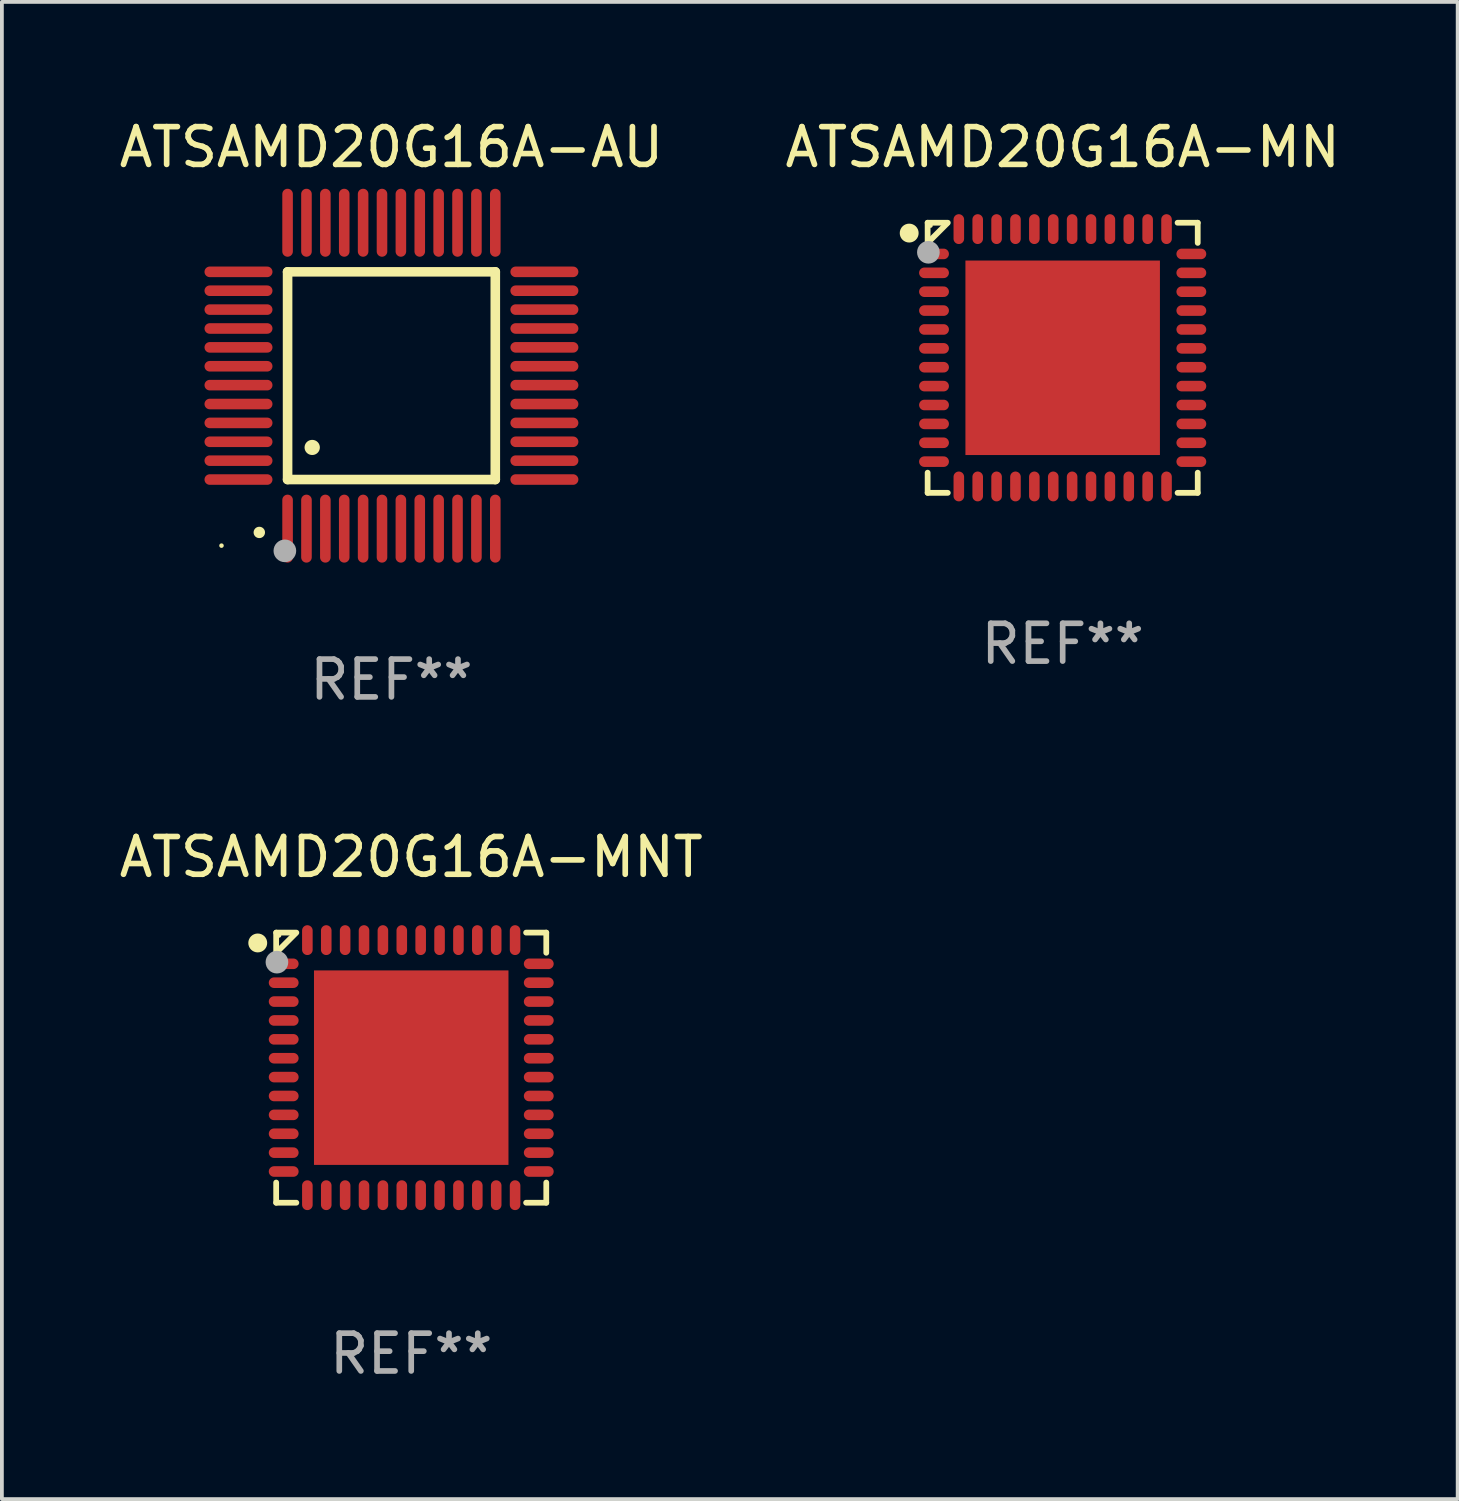
<source format=kicad_pcb>
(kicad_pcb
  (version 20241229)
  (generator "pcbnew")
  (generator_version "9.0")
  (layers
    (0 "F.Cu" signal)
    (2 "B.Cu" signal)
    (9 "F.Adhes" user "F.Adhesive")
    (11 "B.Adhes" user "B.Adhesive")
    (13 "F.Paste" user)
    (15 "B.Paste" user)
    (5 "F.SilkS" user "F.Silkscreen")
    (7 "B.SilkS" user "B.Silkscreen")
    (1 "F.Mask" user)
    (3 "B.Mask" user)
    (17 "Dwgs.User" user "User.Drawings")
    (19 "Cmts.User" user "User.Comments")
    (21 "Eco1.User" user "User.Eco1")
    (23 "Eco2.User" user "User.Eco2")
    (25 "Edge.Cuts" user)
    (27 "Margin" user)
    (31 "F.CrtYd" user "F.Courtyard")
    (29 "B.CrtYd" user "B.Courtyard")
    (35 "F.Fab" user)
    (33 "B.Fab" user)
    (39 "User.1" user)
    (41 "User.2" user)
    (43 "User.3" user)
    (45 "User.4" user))
  (footprint "ATSAMD20G16A-MNT"
    (layer "F.Cu")
    (at 7.839 25.221)
    (property "Reference" "ATSAMD20G16A-MNT" (at 0 -5.576 0) (layer "F.SilkS") (effects (font (size 1 1) (thickness 0.15))))
    (attr through_hole)
    (fp_line (start -3.576 -3.576) (end -3.042 -3.576) (stroke (width 0.152) (type solid)) (layer "F.SilkS"))
    (fp_line (start -3.576 -3.042) (end -3.576 -3.576) (stroke (width 0.152) (type solid)) (layer "F.SilkS"))
    (fp_line (start -3.576 3.042) (end -3.576 3.576) (stroke (width 0.152) (type solid)) (layer "F.SilkS"))
    (fp_line (start -3.576 3.576) (end -3.042 3.576) (stroke (width 0.152) (type solid)) (layer "F.SilkS"))
    (fp_line (start -3.069 -3.549) (end -3.549 -3.069) (stroke (width 0.152) (type solid)) (layer "F.SilkS"))
    (fp_line (start 3.576 -3.576) (end 3.042 -3.576) (stroke (width 0.152) (type solid)) (layer "F.SilkS"))
    (fp_line (start 3.576 -3.042) (end 3.576 -3.576) (stroke (width 0.152) (type solid)) (layer "F.SilkS"))
    (fp_line (start 3.576 3.042) (end 3.576 3.576) (stroke (width 0.152) (type solid)) (layer "F.SilkS"))
    (fp_line (start 3.576 3.576) (end 3.042 3.576) (stroke (width 0.152) (type solid)) (layer "F.SilkS"))
    (fp_circle (center -4.064 -3.302) (end -3.939 -3.302) (stroke (width 0.25) (type solid)) (fill no) (layer "F.SilkS"))
    (fp_circle (center -3.5 -3.5) (end -3.47 -3.5) (stroke (width 0.06) (type solid)) (fill no) (layer "F.SilkS"))
    (fp_circle (center -3.556 -2.794) (end -3.406 -2.794) (stroke (width 0.3) (type solid)) (fill no) (layer "F.Fab"))
    (fp_text user "REF**" (at 0 7.576 0) (layer "F.Fab") (effects (font (size 1 1) (thickness 0.15))))
    (pad "1" smd oval (at -3.377 -2.75) (size 0.79 0.28) (layers "F.Cu" "F.Mask" "F.Paste"))
    (pad "2" smd oval (at -3.377 -2.25) (size 0.79 0.28) (layers "F.Cu" "F.Mask" "F.Paste"))
    (pad "3" smd oval (at -3.377 -1.75) (size 0.79 0.28) (layers "F.Cu" "F.Mask" "F.Paste"))
    (pad "4" smd oval (at -3.377 -1.25) (size 0.79 0.28) (layers "F.Cu" "F.Mask" "F.Paste"))
    (pad "5" smd oval (at -3.377 -0.75) (size 0.79 0.28) (layers "F.Cu" "F.Mask" "F.Paste"))
    (pad "6" smd oval (at -3.377 -0.25) (size 0.79 0.28) (layers "F.Cu" "F.Mask" "F.Paste"))
    (pad "7" smd oval (at -3.377 0.25) (size 0.79 0.28) (layers "F.Cu" "F.Mask" "F.Paste"))
    (pad "8" smd oval (at -3.377 0.75) (size 0.79 0.28) (layers "F.Cu" "F.Mask" "F.Paste"))
    (pad "9" smd oval (at -3.377 1.25) (size 0.79 0.28) (layers "F.Cu" "F.Mask" "F.Paste"))
    (pad "10" smd oval (at -3.377 1.75) (size 0.79 0.28) (layers "F.Cu" "F.Mask" "F.Paste"))
    (pad "11" smd oval (at -3.377 2.25) (size 0.79 0.28) (layers "F.Cu" "F.Mask" "F.Paste"))
    (pad "12" smd oval (at -3.377 2.75) (size 0.79 0.28) (layers "F.Cu" "F.Mask" "F.Paste"))
    (pad "13" smd oval (at -2.75 3.377) (size 0.28 0.79) (layers "F.Cu" "F.Mask" "F.Paste"))
    (pad "14" smd oval (at -2.25 3.377) (size 0.28 0.79) (layers "F.Cu" "F.Mask" "F.Paste"))
    (pad "15" smd oval (at -1.75 3.377) (size 0.28 0.79) (layers "F.Cu" "F.Mask" "F.Paste"))
    (pad "16" smd oval (at -1.25 3.377) (size 0.28 0.79) (layers "F.Cu" "F.Mask" "F.Paste"))
    (pad "17" smd oval (at -0.75 3.377) (size 0.28 0.79) (layers "F.Cu" "F.Mask" "F.Paste"))
    (pad "18" smd oval (at -0.25 3.377) (size 0.28 0.79) (layers "F.Cu" "F.Mask" "F.Paste"))
    (pad "19" smd oval (at 0.25 3.377) (size 0.28 0.79) (layers "F.Cu" "F.Mask" "F.Paste"))
    (pad "20" smd oval (at 0.75 3.377) (size 0.28 0.79) (layers "F.Cu" "F.Mask" "F.Paste"))
    (pad "21" smd oval (at 1.25 3.377) (size 0.28 0.79) (layers "F.Cu" "F.Mask" "F.Paste"))
    (pad "22" smd oval (at 1.75 3.377) (size 0.28 0.79) (layers "F.Cu" "F.Mask" "F.Paste"))
    (pad "23" smd oval (at 2.25 3.377) (size 0.28 0.79) (layers "F.Cu" "F.Mask" "F.Paste"))
    (pad "24" smd oval (at 2.75 3.377) (size 0.28 0.79) (layers "F.Cu" "F.Mask" "F.Paste"))
    (pad "25" smd oval (at 3.377 2.75) (size 0.79 0.28) (layers "F.Cu" "F.Mask" "F.Paste"))
    (pad "26" smd oval (at 3.377 2.25) (size 0.79 0.28) (layers "F.Cu" "F.Mask" "F.Paste"))
    (pad "27" smd oval (at 3.377 1.75) (size 0.79 0.28) (layers "F.Cu" "F.Mask" "F.Paste"))
    (pad "28" smd oval (at 3.377 1.25) (size 0.79 0.28) (layers "F.Cu" "F.Mask" "F.Paste"))
    (pad "29" smd oval (at 3.377 0.75) (size 0.79 0.28) (layers "F.Cu" "F.Mask" "F.Paste"))
    (pad "30" smd oval (at 3.377 0.25) (size 0.79 0.28) (layers "F.Cu" "F.Mask" "F.Paste"))
    (pad "31" smd oval (at 3.377 -0.25) (size 0.79 0.28) (layers "F.Cu" "F.Mask" "F.Paste"))
    (pad "32" smd oval (at 3.377 -0.75) (size 0.79 0.28) (layers "F.Cu" "F.Mask" "F.Paste"))
    (pad "33" smd oval (at 3.377 -1.25) (size 0.79 0.28) (layers "F.Cu" "F.Mask" "F.Paste"))
    (pad "34" smd oval (at 3.377 -1.75) (size 0.79 0.28) (layers "F.Cu" "F.Mask" "F.Paste"))
    (pad "35" smd oval (at 3.377 -2.25) (size 0.79 0.28) (layers "F.Cu" "F.Mask" "F.Paste"))
    (pad "36" smd oval (at 3.377 -2.75) (size 0.79 0.28) (layers "F.Cu" "F.Mask" "F.Paste"))
    (pad "37" smd oval (at 2.75 -3.377) (size 0.28 0.79) (layers "F.Cu" "F.Mask" "F.Paste"))
    (pad "38" smd oval (at 2.25 -3.377) (size 0.28 0.79) (layers "F.Cu" "F.Mask" "F.Paste"))
    (pad "39" smd oval (at 1.75 -3.377) (size 0.28 0.79) (layers "F.Cu" "F.Mask" "F.Paste"))
    (pad "40" smd oval (at 1.25 -3.377) (size 0.28 0.79) (layers "F.Cu" "F.Mask" "F.Paste"))
    (pad "41" smd oval (at 0.75 -3.377) (size 0.28 0.79) (layers "F.Cu" "F.Mask" "F.Paste"))
    (pad "42" smd oval (at 0.25 -3.377) (size 0.28 0.79) (layers "F.Cu" "F.Mask" "F.Paste"))
    (pad "43" smd oval (at -0.25 -3.377) (size 0.28 0.79) (layers "F.Cu" "F.Mask" "F.Paste"))
    (pad "44" smd oval (at -0.75 -3.377) (size 0.28 0.79) (layers "F.Cu" "F.Mask" "F.Paste"))
    (pad "45" smd oval (at -1.25 -3.377) (size 0.28 0.79) (layers "F.Cu" "F.Mask" "F.Paste"))
    (pad "46" smd oval (at -1.75 -3.377) (size 0.28 0.79) (layers "F.Cu" "F.Mask" "F.Paste"))
    (pad "47" smd oval (at -2.25 -3.377) (size 0.28 0.79) (layers "F.Cu" "F.Mask" "F.Paste"))
    (pad "48" smd oval (at -2.75 -3.377) (size 0.28 0.79) (layers "F.Cu" "F.Mask" "F.Paste"))
    (pad "49" smd rect (at 0 0) (size 5.15 5.15) (layers "F.Cu" "F.Mask" "F.Paste")))
  (footprint "ATSAMD20G16A-AU"
    (layer "F.Cu")
    (at 7.315 6.898)
    (property "Reference" "ATSAMD20G16A-AU" (at 0 -6.05 0) (layer "F.SilkS") (effects (font (size 1 1) (thickness 0.15))))
    (attr through_hole)
    (fp_line (start -2.75 -2.75) (end 2.75 -2.75) (stroke (width 0.254) (type solid)) (layer "F.SilkS"))
    (fp_line (start -2.75 2.75) (end -2.75 -2.75) (stroke (width 0.254) (type solid)) (layer "F.SilkS"))
    (fp_line (start 2.75 -2.75) (end 2.75 2.75) (stroke (width 0.254) (type solid)) (layer "F.SilkS"))
    (fp_line (start 2.75 2.75) (end -2.75 2.75) (stroke (width 0.254) (type solid)) (layer "F.SilkS"))
    (fp_arc (start -3.500127 4.150368) (mid -3.498857 4.150363) (end -3.497587 4.150368) (stroke (width 0.3) (type solid)) (layer "F.SilkS"))
    (fp_arc (start -2.100584 1.899924) (mid -2.098044 1.899908) (end -2.095504 1.899924) (stroke (width 0.4) (type solid)) (layer "F.SilkS"))
    (fp_circle (center -4.5 4.5) (end -4.47 4.5) (stroke (width 0.06) (type solid)) (fill no) (layer "F.SilkS"))
    (fp_circle (center -2.822 4.638) (end -2.672 4.638) (stroke (width 0.3) (type solid)) (fill no) (layer "F.Fab"))
    (fp_text user "REF**" (at 0 8.05 0) (layer "F.Fab") (effects (font (size 1 1) (thickness 0.15))))
    (pad "1" smd oval (at -2.75 4.05) (size 0.28 1.8) (layers "F.Cu" "F.Mask" "F.Paste"))
    (pad "2" smd oval (at -2.25 4.05) (size 0.28 1.8) (layers "F.Cu" "F.Mask" "F.Paste"))
    (pad "3" smd oval (at -1.75 4.05) (size 0.28 1.8) (layers "F.Cu" "F.Mask" "F.Paste"))
    (pad "4" smd oval (at -1.25 4.05) (size 0.28 1.8) (layers "F.Cu" "F.Mask" "F.Paste"))
    (pad "5" smd oval (at -0.75 4.05) (size 0.28 1.8) (layers "F.Cu" "F.Mask" "F.Paste"))
    (pad "6" smd oval (at -0.25 4.05) (size 0.28 1.8) (layers "F.Cu" "F.Mask" "F.Paste"))
    (pad "7" smd oval (at 0.25 4.05) (size 0.28 1.8) (layers "F.Cu" "F.Mask" "F.Paste"))
    (pad "8" smd oval (at 0.75 4.05) (size 0.28 1.8) (layers "F.Cu" "F.Mask" "F.Paste"))
    (pad "9" smd oval (at 1.25 4.05) (size 0.28 1.8) (layers "F.Cu" "F.Mask" "F.Paste"))
    (pad "10" smd oval (at 1.75 4.05) (size 0.28 1.8) (layers "F.Cu" "F.Mask" "F.Paste"))
    (pad "11" smd oval (at 2.25 4.05) (size 0.28 1.8) (layers "F.Cu" "F.Mask" "F.Paste"))
    (pad "12" smd oval (at 2.75 4.05) (size 0.28 1.8) (layers "F.Cu" "F.Mask" "F.Paste"))
    (pad "13" smd oval (at 4.05 2.75) (size 1.8 0.28) (layers "F.Cu" "F.Mask" "F.Paste"))
    (pad "14" smd oval (at 4.05 2.25) (size 1.8 0.28) (layers "F.Cu" "F.Mask" "F.Paste"))
    (pad "15" smd oval (at 4.05 1.75) (size 1.8 0.28) (layers "F.Cu" "F.Mask" "F.Paste"))
    (pad "16" smd oval (at 4.05 1.25) (size 1.8 0.28) (layers "F.Cu" "F.Mask" "F.Paste"))
    (pad "17" smd oval (at 4.05 0.75) (size 1.8 0.28) (layers "F.Cu" "F.Mask" "F.Paste"))
    (pad "18" smd oval (at 4.05 0.25) (size 1.8 0.28) (layers "F.Cu" "F.Mask" "F.Paste"))
    (pad "19" smd oval (at 4.05 -0.25) (size 1.8 0.28) (layers "F.Cu" "F.Mask" "F.Paste"))
    (pad "20" smd oval (at 4.05 -0.75) (size 1.8 0.28) (layers "F.Cu" "F.Mask" "F.Paste"))
    (pad "21" smd oval (at 4.05 -1.25) (size 1.8 0.28) (layers "F.Cu" "F.Mask" "F.Paste"))
    (pad "22" smd oval (at 4.05 -1.75) (size 1.8 0.28) (layers "F.Cu" "F.Mask" "F.Paste"))
    (pad "23" smd oval (at 4.05 -2.25) (size 1.8 0.28) (layers "F.Cu" "F.Mask" "F.Paste"))
    (pad "24" smd oval (at 4.05 -2.75) (size 1.8 0.28) (layers "F.Cu" "F.Mask" "F.Paste"))
    (pad "25" smd oval (at 2.75 -4.05) (size 0.28 1.8) (layers "F.Cu" "F.Mask" "F.Paste"))
    (pad "26" smd oval (at 2.25 -4.05) (size 0.28 1.8) (layers "F.Cu" "F.Mask" "F.Paste"))
    (pad "27" smd oval (at 1.75 -4.05) (size 0.28 1.8) (layers "F.Cu" "F.Mask" "F.Paste"))
    (pad "28" smd oval (at 1.25 -4.05) (size 0.28 1.8) (layers "F.Cu" "F.Mask" "F.Paste"))
    (pad "29" smd oval (at 0.75 -4.05) (size 0.28 1.8) (layers "F.Cu" "F.Mask" "F.Paste"))
    (pad "30" smd oval (at 0.25 -4.05) (size 0.28 1.8) (layers "F.Cu" "F.Mask" "F.Paste"))
    (pad "31" smd oval (at -0.25 -4.05) (size 0.28 1.8) (layers "F.Cu" "F.Mask" "F.Paste"))
    (pad "32" smd oval (at -0.75 -4.05) (size 0.28 1.8) (layers "F.Cu" "F.Mask" "F.Paste"))
    (pad "33" smd oval (at -1.25 -4.05) (size 0.28 1.8) (layers "F.Cu" "F.Mask" "F.Paste"))
    (pad "34" smd oval (at -1.75 -4.05) (size 0.28 1.8) (layers "F.Cu" "F.Mask" "F.Paste"))
    (pad "35" smd oval (at -2.25 -4.05) (size 0.28 1.8) (layers "F.Cu" "F.Mask" "F.Paste"))
    (pad "36" smd oval (at -2.75 -4.05) (size 0.28 1.8) (layers "F.Cu" "F.Mask" "F.Paste"))
    (pad "37" smd oval (at -4.05 -2.75) (size 1.8 0.28) (layers "F.Cu" "F.Mask" "F.Paste"))
    (pad "38" smd oval (at -4.05 -2.25) (size 1.8 0.28) (layers "F.Cu" "F.Mask" "F.Paste"))
    (pad "39" smd oval (at -4.05 -1.75) (size 1.8 0.28) (layers "F.Cu" "F.Mask" "F.Paste"))
    (pad "40" smd oval (at -4.05 -1.25) (size 1.8 0.28) (layers "F.Cu" "F.Mask" "F.Paste"))
    (pad "41" smd oval (at -4.05 -0.75) (size 1.8 0.28) (layers "F.Cu" "F.Mask" "F.Paste"))
    (pad "42" smd oval (at -4.05 -0.25) (size 1.8 0.28) (layers "F.Cu" "F.Mask" "F.Paste"))
    (pad "43" smd oval (at -4.05 0.25) (size 1.8 0.28) (layers "F.Cu" "F.Mask" "F.Paste"))
    (pad "44" smd oval (at -4.05 0.75) (size 1.8 0.28) (layers "F.Cu" "F.Mask" "F.Paste"))
    (pad "45" smd oval (at -4.05 1.25) (size 1.8 0.28) (layers "F.Cu" "F.Mask" "F.Paste"))
    (pad "46" smd oval (at -4.05 1.75) (size 1.8 0.28) (layers "F.Cu" "F.Mask" "F.Paste"))
    (pad "47" smd oval (at -4.05 2.25) (size 1.8 0.28) (layers "F.Cu" "F.Mask" "F.Paste"))
    (pad "48" smd oval (at -4.05 2.75) (size 1.8 0.28) (layers "F.Cu" "F.Mask" "F.Paste")))
  (footprint "ATSAMD20G16A-MN"
    (layer "F.Cu")
    (at 25.089 6.424)
    (property "Reference" "ATSAMD20G16A-MN" (at 0 -5.576 0) (layer "F.SilkS") (effects (font (size 1 1) (thickness 0.15))))
    (attr through_hole)
    (fp_line (start -3.576 -3.576) (end -3.042 -3.576) (stroke (width 0.152) (type solid)) (layer "F.SilkS"))
    (fp_line (start -3.576 -3.042) (end -3.576 -3.576) (stroke (width 0.152) (type solid)) (layer "F.SilkS"))
    (fp_line (start -3.576 3.042) (end -3.576 3.576) (stroke (width 0.152) (type solid)) (layer "F.SilkS"))
    (fp_line (start -3.576 3.576) (end -3.042 3.576) (stroke (width 0.152) (type solid)) (layer "F.SilkS"))
    (fp_line (start -3.069 -3.549) (end -3.549 -3.069) (stroke (width 0.152) (type solid)) (layer "F.SilkS"))
    (fp_line (start 3.576 -3.576) (end 3.042 -3.576) (stroke (width 0.152) (type solid)) (layer "F.SilkS"))
    (fp_line (start 3.576 -3.042) (end 3.576 -3.576) (stroke (width 0.152) (type solid)) (layer "F.SilkS"))
    (fp_line (start 3.576 3.042) (end 3.576 3.576) (stroke (width 0.152) (type solid)) (layer "F.SilkS"))
    (fp_line (start 3.576 3.576) (end 3.042 3.576) (stroke (width 0.152) (type solid)) (layer "F.SilkS"))
    (fp_circle (center -4.064 -3.302) (end -3.939 -3.302) (stroke (width 0.25) (type solid)) (fill no) (layer "F.SilkS"))
    (fp_circle (center -3.5 -3.5) (end -3.47 -3.5) (stroke (width 0.06) (type solid)) (fill no) (layer "F.SilkS"))
    (fp_circle (center -3.556 -2.794) (end -3.406 -2.794) (stroke (width 0.3) (type solid)) (fill no) (layer "F.Fab"))
    (fp_text user "REF**" (at 0 7.576 0) (layer "F.Fab") (effects (font (size 1 1) (thickness 0.15))))
    (pad "1" smd oval (at -3.407 -2.75) (size 0.79 0.28) (layers "F.Cu" "F.Mask" "F.Paste"))
    (pad "2" smd oval (at -3.407 -2.25) (size 0.79 0.28) (layers "F.Cu" "F.Mask" "F.Paste"))
    (pad "3" smd oval (at -3.407 -1.75) (size 0.79 0.28) (layers "F.Cu" "F.Mask" "F.Paste"))
    (pad "4" smd oval (at -3.407 -1.25) (size 0.79 0.28) (layers "F.Cu" "F.Mask" "F.Paste"))
    (pad "5" smd oval (at -3.407 -0.75) (size 0.79 0.28) (layers "F.Cu" "F.Mask" "F.Paste"))
    (pad "6" smd oval (at -3.407 -0.25) (size 0.79 0.28) (layers "F.Cu" "F.Mask" "F.Paste"))
    (pad "7" smd oval (at -3.407 0.25) (size 0.79 0.28) (layers "F.Cu" "F.Mask" "F.Paste"))
    (pad "8" smd oval (at -3.407 0.75) (size 0.79 0.28) (layers "F.Cu" "F.Mask" "F.Paste"))
    (pad "9" smd oval (at -3.407 1.25) (size 0.79 0.28) (layers "F.Cu" "F.Mask" "F.Paste"))
    (pad "10" smd oval (at -3.407 1.75) (size 0.79 0.28) (layers "F.Cu" "F.Mask" "F.Paste"))
    (pad "11" smd oval (at -3.407 2.25) (size 0.79 0.28) (layers "F.Cu" "F.Mask" "F.Paste"))
    (pad "12" smd oval (at -3.407 2.75) (size 0.79 0.28) (layers "F.Cu" "F.Mask" "F.Paste"))
    (pad "13" smd oval (at -2.75 3.407) (size 0.28 0.79) (layers "F.Cu" "F.Mask" "F.Paste"))
    (pad "14" smd oval (at -2.25 3.407) (size 0.28 0.79) (layers "F.Cu" "F.Mask" "F.Paste"))
    (pad "15" smd oval (at -1.75 3.407) (size 0.28 0.79) (layers "F.Cu" "F.Mask" "F.Paste"))
    (pad "16" smd oval (at -1.25 3.407) (size 0.28 0.79) (layers "F.Cu" "F.Mask" "F.Paste"))
    (pad "17" smd oval (at -0.75 3.407) (size 0.28 0.79) (layers "F.Cu" "F.Mask" "F.Paste"))
    (pad "18" smd oval (at -0.25 3.407) (size 0.28 0.79) (layers "F.Cu" "F.Mask" "F.Paste"))
    (pad "19" smd oval (at 0.25 3.407) (size 0.28 0.79) (layers "F.Cu" "F.Mask" "F.Paste"))
    (pad "20" smd oval (at 0.75 3.407) (size 0.28 0.79) (layers "F.Cu" "F.Mask" "F.Paste"))
    (pad "21" smd oval (at 1.25 3.407) (size 0.28 0.79) (layers "F.Cu" "F.Mask" "F.Paste"))
    (pad "22" smd oval (at 1.75 3.407) (size 0.28 0.79) (layers "F.Cu" "F.Mask" "F.Paste"))
    (pad "23" smd oval (at 2.25 3.407) (size 0.28 0.79) (layers "F.Cu" "F.Mask" "F.Paste"))
    (pad "24" smd oval (at 2.75 3.407) (size 0.28 0.79) (layers "F.Cu" "F.Mask" "F.Paste"))
    (pad "25" smd oval (at 3.407 2.75) (size 0.79 0.28) (layers "F.Cu" "F.Mask" "F.Paste"))
    (pad "26" smd oval (at 3.407 2.25) (size 0.79 0.28) (layers "F.Cu" "F.Mask" "F.Paste"))
    (pad "27" smd oval (at 3.407 1.75) (size 0.79 0.28) (layers "F.Cu" "F.Mask" "F.Paste"))
    (pad "28" smd oval (at 3.407 1.25) (size 0.79 0.28) (layers "F.Cu" "F.Mask" "F.Paste"))
    (pad "29" smd oval (at 3.407 0.75) (size 0.79 0.28) (layers "F.Cu" "F.Mask" "F.Paste"))
    (pad "30" smd oval (at 3.407 0.25) (size 0.79 0.28) (layers "F.Cu" "F.Mask" "F.Paste"))
    (pad "31" smd oval (at 3.407 -0.25) (size 0.79 0.28) (layers "F.Cu" "F.Mask" "F.Paste"))
    (pad "32" smd oval (at 3.407 -0.75) (size 0.79 0.28) (layers "F.Cu" "F.Mask" "F.Paste"))
    (pad "33" smd oval (at 3.407 -1.25) (size 0.79 0.28) (layers "F.Cu" "F.Mask" "F.Paste"))
    (pad "34" smd oval (at 3.407 -1.75) (size 0.79 0.28) (layers "F.Cu" "F.Mask" "F.Paste"))
    (pad "35" smd oval (at 3.407 -2.25) (size 0.79 0.28) (layers "F.Cu" "F.Mask" "F.Paste"))
    (pad "36" smd oval (at 3.407 -2.75) (size 0.79 0.28) (layers "F.Cu" "F.Mask" "F.Paste"))
    (pad "37" smd oval (at 2.75 -3.407) (size 0.28 0.79) (layers "F.Cu" "F.Mask" "F.Paste"))
    (pad "38" smd oval (at 2.25 -3.407) (size 0.28 0.79) (layers "F.Cu" "F.Mask" "F.Paste"))
    (pad "39" smd oval (at 1.75 -3.407) (size 0.28 0.79) (layers "F.Cu" "F.Mask" "F.Paste"))
    (pad "40" smd oval (at 1.25 -3.407) (size 0.28 0.79) (layers "F.Cu" "F.Mask" "F.Paste"))
    (pad "41" smd oval (at 0.75 -3.407) (size 0.28 0.79) (layers "F.Cu" "F.Mask" "F.Paste"))
    (pad "42" smd oval (at 0.25 -3.407) (size 0.28 0.79) (layers "F.Cu" "F.Mask" "F.Paste"))
    (pad "43" smd oval (at -0.25 -3.407) (size 0.28 0.79) (layers "F.Cu" "F.Mask" "F.Paste"))
    (pad "44" smd oval (at -0.75 -3.407) (size 0.28 0.79) (layers "F.Cu" "F.Mask" "F.Paste"))
    (pad "45" smd oval (at -1.25 -3.407) (size 0.28 0.79) (layers "F.Cu" "F.Mask" "F.Paste"))
    (pad "46" smd oval (at -1.75 -3.407) (size 0.28 0.79) (layers "F.Cu" "F.Mask" "F.Paste"))
    (pad "47" smd oval (at -2.25 -3.407) (size 0.28 0.79) (layers "F.Cu" "F.Mask" "F.Paste"))
    (pad "48" smd oval (at -2.75 -3.407) (size 0.28 0.79) (layers "F.Cu" "F.Mask" "F.Paste"))
    (pad "49" smd rect (at 0 0) (size 5.15 5.15) (layers "F.Cu" "F.Mask" "F.Paste")))
  (gr_rect
    (start -3 -3)
    (end 35.548 36.645)
    (stroke (width 0.1) (type default))
    (fill no)
    (layer "Edge.Cuts")))
</source>
